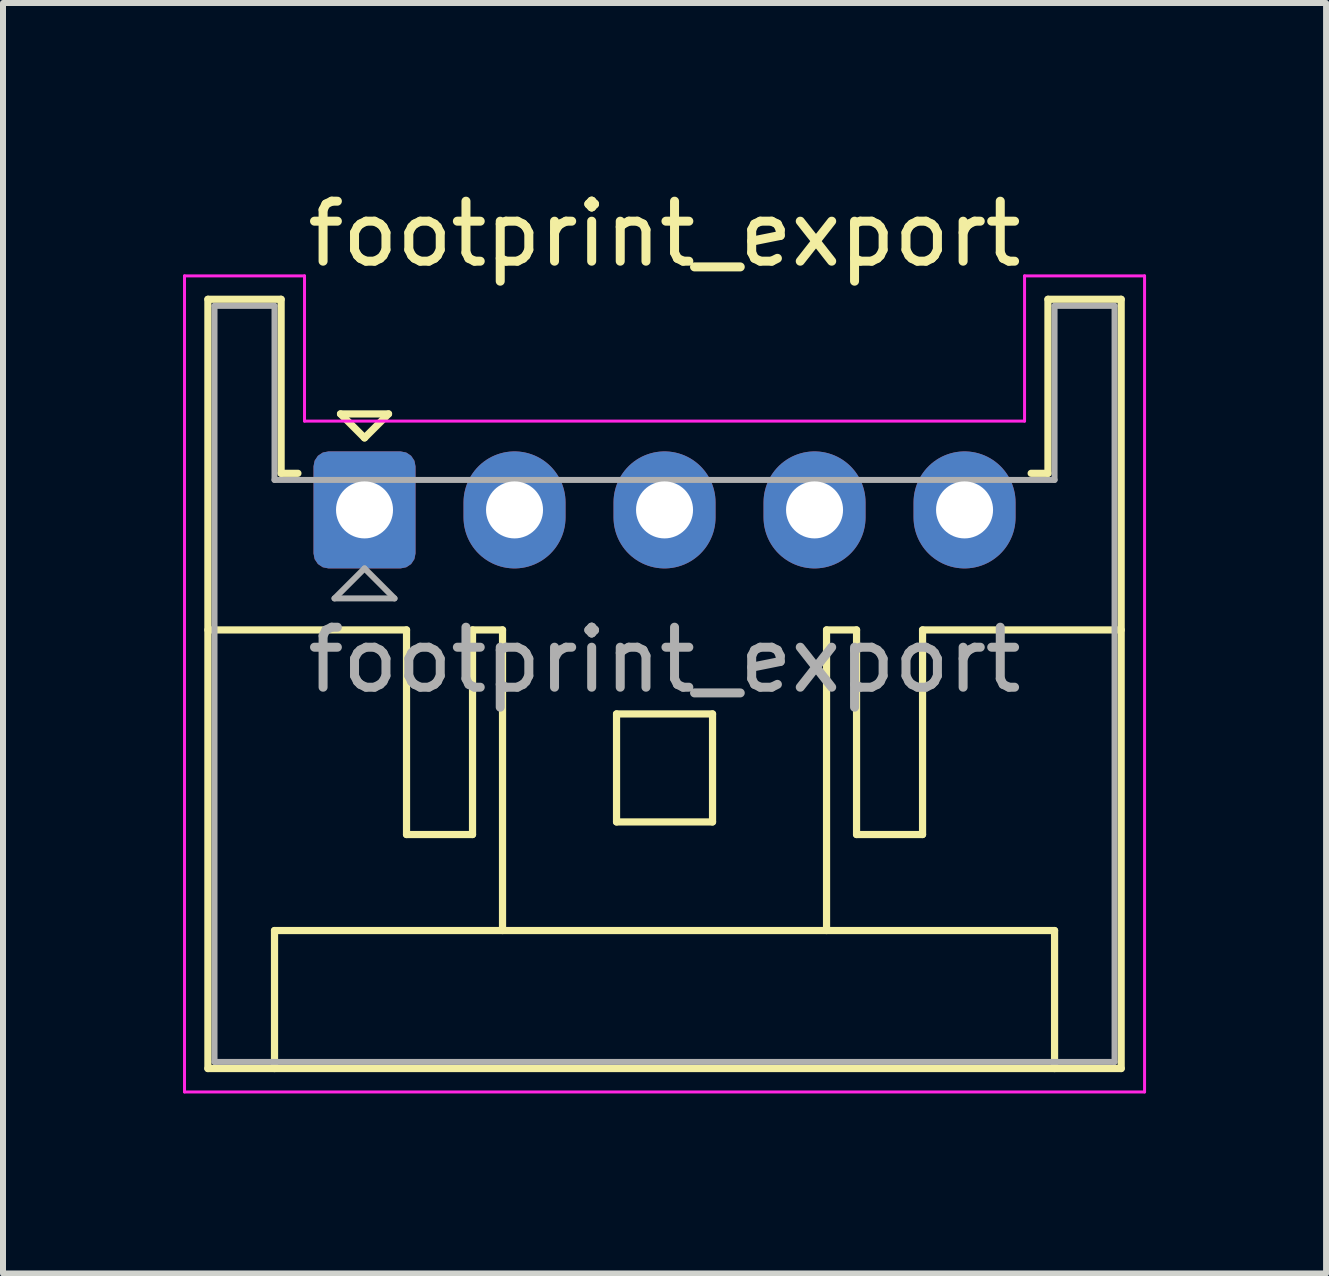
<source format=kicad_pcb>
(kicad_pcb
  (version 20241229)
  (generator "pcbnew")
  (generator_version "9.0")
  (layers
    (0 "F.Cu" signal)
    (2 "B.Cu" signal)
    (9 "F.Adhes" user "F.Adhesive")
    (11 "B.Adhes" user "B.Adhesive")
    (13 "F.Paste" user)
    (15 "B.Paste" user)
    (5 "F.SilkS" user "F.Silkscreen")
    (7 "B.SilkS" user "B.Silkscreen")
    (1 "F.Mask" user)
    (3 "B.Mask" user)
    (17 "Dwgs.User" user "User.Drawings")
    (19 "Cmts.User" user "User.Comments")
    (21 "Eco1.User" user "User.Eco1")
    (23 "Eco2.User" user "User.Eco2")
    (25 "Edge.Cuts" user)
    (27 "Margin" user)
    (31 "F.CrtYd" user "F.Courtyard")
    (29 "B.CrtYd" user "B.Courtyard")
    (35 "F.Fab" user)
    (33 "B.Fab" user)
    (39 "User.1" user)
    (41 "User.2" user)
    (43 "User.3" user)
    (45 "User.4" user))
  (footprint "footprint_export"
    (layer "F.Cu")
    (at 3.025 5.448)
    (property "Reference" "footprint_export" (at 5 -4.6 0) (layer "F.SilkS") (effects (font (size 1 1) (thickness 0.15))))
    (attr through_hole)
    (fp_line (start -2.61 -3.51) (end -2.61 9.31) (stroke (width 0.12) (type solid)) (layer "F.SilkS"))
    (fp_line (start -2.61 9.31) (end 12.61 9.31) (stroke (width 0.12) (type solid)) (layer "F.SilkS"))
    (fp_line (start -1.5 7.01) (end 11.5 7.01) (stroke (width 0.12) (type solid)) (layer "F.SilkS"))
    (fp_line (start -1.5 9.31) (end -1.5 7.01) (stroke (width 0.12) (type solid)) (layer "F.SilkS"))
    (fp_line (start -1.39 -3.51) (end -2.61 -3.51) (stroke (width 0.12) (type solid)) (layer "F.SilkS"))
    (fp_line (start -1.39 -0.61) (end -1.39 -3.51) (stroke (width 0.12) (type solid)) (layer "F.SilkS"))
    (fp_line (start -1.11 -0.61) (end -1.39 -0.61) (stroke (width 0.12) (type solid)) (layer "F.SilkS"))
    (fp_line (start -0.4 -1.6) (end 0.4 -1.6) (stroke (width 0.12) (type solid)) (layer "F.SilkS"))
    (fp_line (start 0 -1.2) (end -0.4 -1.6) (stroke (width 0.12) (type solid)) (layer "F.SilkS"))
    (fp_line (start 0.4 -1.6) (end 0 -1.2) (stroke (width 0.12) (type solid)) (layer "F.SilkS"))
    (fp_line (start 0.7 2) (end -2.61 2) (stroke (width 0.12) (type solid)) (layer "F.SilkS"))
    (fp_line (start 0.7 5.41) (end 0.7 2) (stroke (width 0.12) (type solid)) (layer "F.SilkS"))
    (fp_line (start 1.8 2) (end 1.8 5.41) (stroke (width 0.12) (type solid)) (layer "F.SilkS"))
    (fp_line (start 1.8 5.41) (end 0.7 5.41) (stroke (width 0.12) (type solid)) (layer "F.SilkS"))
    (fp_line (start 2.3 2) (end 1.8 2) (stroke (width 0.12) (type solid)) (layer "F.SilkS"))
    (fp_line (start 2.3 7.01) (end 2.3 2) (stroke (width 0.12) (type solid)) (layer "F.SilkS"))
    (fp_line (start 4.2 3.4) (end 5.8 3.4) (stroke (width 0.12) (type solid)) (layer "F.SilkS"))
    (fp_line (start 4.2 5.2) (end 4.2 3.4) (stroke (width 0.12) (type solid)) (layer "F.SilkS"))
    (fp_line (start 5.8 3.4) (end 5.8 5.2) (stroke (width 0.12) (type solid)) (layer "F.SilkS"))
    (fp_line (start 5.8 5.2) (end 4.2 5.2) (stroke (width 0.12) (type solid)) (layer "F.SilkS"))
    (fp_line (start 7.7 2) (end 8.2 2) (stroke (width 0.12) (type solid)) (layer "F.SilkS"))
    (fp_line (start 7.7 7.01) (end 7.7 2) (stroke (width 0.12) (type solid)) (layer "F.SilkS"))
    (fp_line (start 8.2 2) (end 8.2 5.41) (stroke (width 0.12) (type solid)) (layer "F.SilkS"))
    (fp_line (start 8.2 5.41) (end 9.3 5.41) (stroke (width 0.12) (type solid)) (layer "F.SilkS"))
    (fp_line (start 9.3 2) (end 12.61 2) (stroke (width 0.12) (type solid)) (layer "F.SilkS"))
    (fp_line (start 9.3 5.41) (end 9.3 2) (stroke (width 0.12) (type solid)) (layer "F.SilkS"))
    (fp_line (start 11.39 -3.51) (end 11.39 -0.61) (stroke (width 0.12) (type solid)) (layer "F.SilkS"))
    (fp_line (start 11.39 -0.61) (end 11.11 -0.61) (stroke (width 0.12) (type solid)) (layer "F.SilkS"))
    (fp_line (start 11.5 7.01) (end 11.5 9.31) (stroke (width 0.12) (type solid)) (layer "F.SilkS"))
    (fp_line (start 12.61 -3.51) (end 11.39 -3.51) (stroke (width 0.12) (type solid)) (layer "F.SilkS"))
    (fp_line (start 12.61 9.31) (end 12.61 -3.51) (stroke (width 0.12) (type solid)) (layer "F.SilkS"))
    (fp_line (start -3 -3.9) (end -3 9.7) (stroke (width 0.05) (type solid)) (layer "F.CrtYd"))
    (fp_line (start -3 9.7) (end 13 9.7) (stroke (width 0.05) (type solid)) (layer "F.CrtYd"))
    (fp_line (start -1 -3.9) (end -3 -3.9) (stroke (width 0.05) (type solid)) (layer "F.CrtYd"))
    (fp_line (start -1 -1.48) (end -1 -3.9) (stroke (width 0.05) (type solid)) (layer "F.CrtYd"))
    (fp_line (start 11 -3.9) (end 11 -1.48) (stroke (width 0.05) (type solid)) (layer "F.CrtYd"))
    (fp_line (start 11 -1.48) (end -1 -1.48) (stroke (width 0.05) (type solid)) (layer "F.CrtYd"))
    (fp_line (start 13 -3.9) (end 11 -3.9) (stroke (width 0.05) (type solid)) (layer "F.CrtYd"))
    (fp_line (start 13 9.7) (end 13 -3.9) (stroke (width 0.05) (type solid)) (layer "F.CrtYd"))
    (fp_line (start -2.5 -3.4) (end -2.5 9.2) (stroke (width 0.1) (type solid)) (layer "F.Fab"))
    (fp_line (start -2.5 9.2) (end 12.5 9.2) (stroke (width 0.1) (type solid)) (layer "F.Fab"))
    (fp_line (start -1.5 -3.4) (end -2.5 -3.4) (stroke (width 0.1) (type solid)) (layer "F.Fab"))
    (fp_line (start -1.5 -0.5) (end -1.5 -3.4) (stroke (width 0.1) (type solid)) (layer "F.Fab"))
    (fp_line (start -0.5 1.475) (end 0.5 1.475) (stroke (width 0.1) (type solid)) (layer "F.Fab"))
    (fp_line (start 0 0.975) (end -0.5 1.475) (stroke (width 0.1) (type solid)) (layer "F.Fab"))
    (fp_line (start 0.5 1.475) (end 0 0.975) (stroke (width 0.1) (type solid)) (layer "F.Fab"))
    (fp_line (start 11.5 -3.4) (end 11.5 -0.5) (stroke (width 0.1) (type solid)) (layer "F.Fab"))
    (fp_line (start 11.5 -0.5) (end -1.5 -0.5) (stroke (width 0.1) (type solid)) (layer "F.Fab"))
    (fp_line (start 12.5 -3.4) (end 11.5 -3.4) (stroke (width 0.1) (type solid)) (layer "F.Fab"))
    (fp_line (start 12.5 9.2) (end 12.5 -3.4) (stroke (width 0.1) (type solid)) (layer "F.Fab"))
    (fp_text user "${REFERENCE}" (at 5 2.5 0) (layer "F.Fab") (effects (font (size 1 1) (thickness 0.15))))
    (pad "1" thru_hole roundrect (at 0 0) (size 1.7 1.95) (drill 0.95) (layers "*.Cu" "*.Mask") (roundrect_rratio 0.147))
    (pad "2" thru_hole oval (at 2.5 0) (size 1.7 1.95) (drill 0.95) (layers "*.Cu" "*.Mask"))
    (pad "3" thru_hole oval (at 5 0) (size 1.7 1.95) (drill 0.95) (layers "*.Cu" "*.Mask"))
    (pad "4" thru_hole oval (at 7.5 0) (size 1.7 1.95) (drill 0.95) (layers "*.Cu" "*.Mask"))
    (pad "5" thru_hole oval (at 10 0) (size 1.7 1.95) (drill 0.95) (layers "*.Cu" "*.Mask")))
  (gr_rect
    (start -3 -3)
    (end 19.05 18.173)
    (stroke (width 0.1) (type default))
    (fill no)
    (layer "Edge.Cuts")))
</source>
